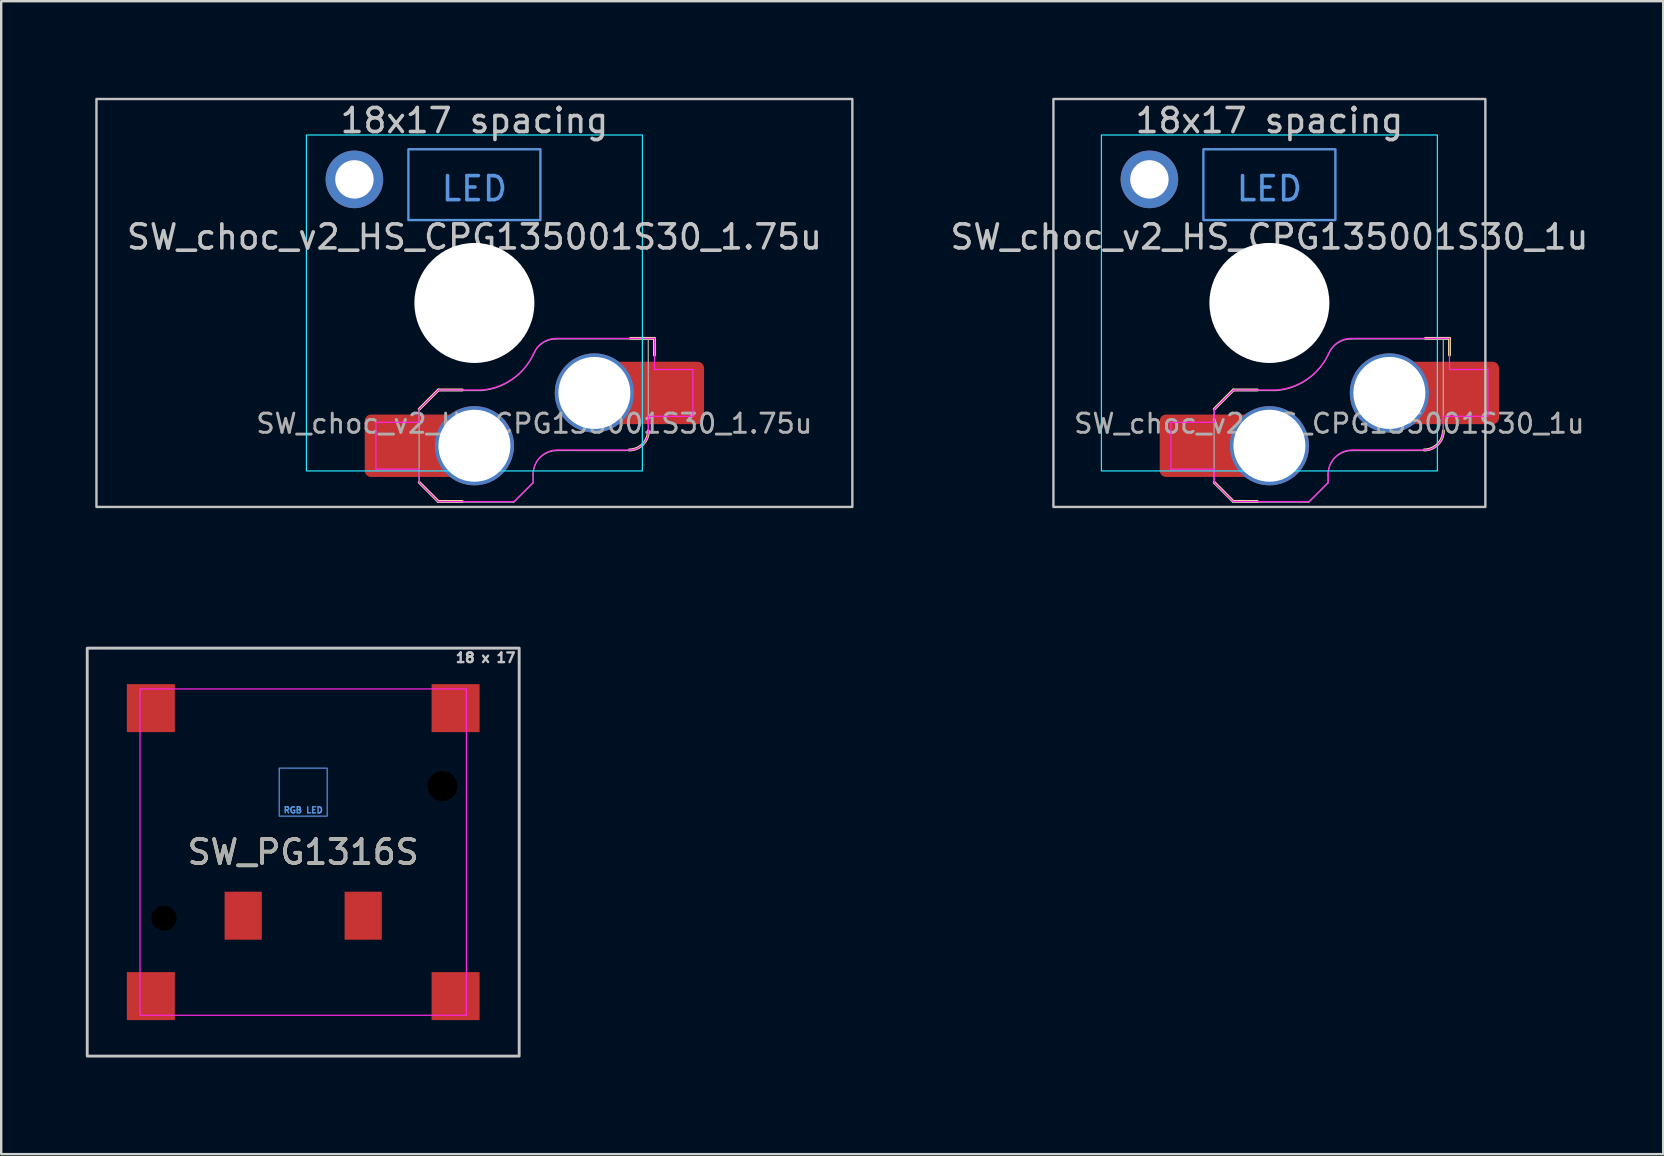
<source format=kicad_pcb>
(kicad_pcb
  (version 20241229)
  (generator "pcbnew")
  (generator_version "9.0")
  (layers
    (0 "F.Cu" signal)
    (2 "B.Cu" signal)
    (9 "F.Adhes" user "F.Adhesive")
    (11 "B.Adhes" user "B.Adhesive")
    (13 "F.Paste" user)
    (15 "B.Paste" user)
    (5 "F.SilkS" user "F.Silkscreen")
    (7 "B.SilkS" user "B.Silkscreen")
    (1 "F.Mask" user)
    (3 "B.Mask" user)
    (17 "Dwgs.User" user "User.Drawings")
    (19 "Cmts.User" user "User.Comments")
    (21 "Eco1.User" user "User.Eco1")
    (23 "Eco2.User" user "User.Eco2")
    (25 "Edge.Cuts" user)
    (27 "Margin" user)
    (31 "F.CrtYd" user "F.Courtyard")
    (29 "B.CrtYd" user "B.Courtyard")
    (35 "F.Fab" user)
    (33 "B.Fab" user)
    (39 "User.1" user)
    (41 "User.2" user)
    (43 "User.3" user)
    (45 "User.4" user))
  (footprint "SW_choc_v2_HS_CPG135001S30_1.75u"
    (layer "F.Cu")
    (at 16.719 9.575)
    (property "Reference" "SW_choc_v2_HS_CPG135001S30_1.75u" (at 0 -2.75 180) (layer "Dwgs.User") (effects (font (size 1 1) (thickness 0.15))))
    (attr smd)
    (fp_line (start -2.3 7.475) (end -1.5 8.275) (stroke (width 0.12) (type solid)) (layer "F.SilkS"))
    (fp_line (start -1.5 3.625) (end -2.3 4.425) (stroke (width 0.12) (type solid)) (layer "F.SilkS"))
    (fp_line (start -1.5 3.625) (end -0.5 3.625) (stroke (width 0.12) (type solid)) (layer "F.SilkS"))
    (fp_line (start -1.5 8.275) (end -0.5 8.275) (stroke (width 0.12) (type solid)) (layer "F.SilkS"))
    (fp_line (start 7.504 1.475) (end 6.504 1.475) (stroke (width 0.12) (type solid)) (layer "F.SilkS"))
    (fp_line (start 7.504 1.475) (end 7.504 2.175) (stroke (width 0.12) (type solid)) (layer "F.SilkS"))
    (fp_arc (start 7.25 5.325) (mid 7.015685 5.890685) (end 6.45 6.125) (stroke (width 0.12) (type solid)) (layer "F.SilkS"))
    (fp_rect (start -15.75 -8.5) (end 15.75 8.5) (stroke (width 0.1) (type default)) (fill no) (layer "Dwgs.User"))
    (fp_rect (start -2.75 -6.405) (end 2.75 -3.455) (stroke (width 0.1) (type default)) (fill no) (layer "Cmts.User"))
    (fp_rect (start -16.669 -9.525) (end 16.669 9.525) (stroke (width 0.1) (type default)) (fill no) (layer "Eco1.User"))
    (fp_line (start -6.95 6.45) (end -6.95 -6.45) (stroke (width 0.05) (type solid)) (layer "Eco2.User"))
    (fp_line (start -6.45 -6.95) (end 6.45 -6.95) (stroke (width 0.05) (type solid)) (layer "Eco2.User"))
    (fp_line (start 6.45 6.95) (end -6.45 6.95) (stroke (width 0.05) (type solid)) (layer "Eco2.User"))
    (fp_line (start 6.95 -6.45) (end 6.95 6.45) (stroke (width 0.05) (type solid)) (layer "Eco2.User"))
    (fp_arc (start -6.95 -6.45) (mid -6.803553 -6.803553) (end -6.45 -6.95) (stroke (width 0.05) (type solid)) (layer "Eco2.User"))
    (fp_arc (start -6.45 6.95) (mid -6.803553 6.803553) (end -6.95 6.45) (stroke (width 0.05) (type solid)) (layer "Eco2.User"))
    (fp_arc (start 6.45 -6.95) (mid 6.803553 -6.803553) (end 6.95 -6.45) (stroke (width 0.05) (type solid)) (layer "Eco2.User"))
    (fp_arc (start 6.95 6.45) (mid 6.803553 6.803553) (end 6.45 6.95) (stroke (width 0.05) (type solid)) (layer "Eco2.User"))
    (fp_arc (start 6.95 6.45) (mid 6.803553 6.803553) (end 6.45 6.95) (stroke (width 0.05) (type solid)) (layer "Eco2.User"))
    (fp_rect (start -7 -7) (end 7 7) (stroke (width 0.05) (type default)) (fill no) (layer "B.CrtYd"))
    (fp_line (start -4.104 4.975) (end -4.104 6.925) (stroke (width 0.05) (type solid)) (layer "F.CrtYd"))
    (fp_line (start -4.104 4.975) (end -2.3 4.975) (stroke (width 0.05) (type solid)) (layer "F.CrtYd"))
    (fp_line (start -4.104 6.925) (end -2.3 6.925) (stroke (width 0.05) (type solid)) (layer "F.CrtYd"))
    (fp_line (start -2.3 4.975) (end -2.3 4.425) (stroke (width 0.05) (type solid)) (layer "F.CrtYd"))
    (fp_line (start -2.3 7.475) (end -2.3 6.925) (stroke (width 0.05) (type solid)) (layer "F.CrtYd"))
    (fp_line (start -2.3 7.475) (end -1.5 8.275) (stroke (width 0.05) (type solid)) (layer "F.CrtYd"))
    (fp_line (start -1.5 3.625) (end -2.3 4.425) (stroke (width 0.05) (type solid)) (layer "F.CrtYd"))
    (fp_line (start -1.5 3.625) (end 0.3 3.625) (stroke (width 0.05) (type solid)) (layer "F.CrtYd"))
    (fp_line (start -1.5 8.275) (end 1.65 8.275) (stroke (width 0.05) (type solid)) (layer "F.CrtYd"))
    (fp_line (start 2.45 7.475) (end 1.65 8.275) (stroke (width 0.05) (type solid)) (layer "F.CrtYd"))
    (fp_line (start 2.45 7.475) (end 2.45 7.125) (stroke (width 0.05) (type solid)) (layer "F.CrtYd"))
    (fp_line (start 3.45 6.125) (end 6.45 6.125) (stroke (width 0.05) (type solid)) (layer "F.CrtYd"))
    (fp_line (start 7.25 4.725) (end 9.104 4.725) (stroke (width 0.05) (type solid)) (layer "F.CrtYd"))
    (fp_line (start 7.25 5.325) (end 7.25 4.725) (stroke (width 0.05) (type solid)) (layer "F.CrtYd"))
    (fp_line (start 7.504 1.475) (end 3.4 1.475) (stroke (width 0.05) (type solid)) (layer "F.CrtYd"))
    (fp_line (start 7.504 1.475) (end 7.504 2.175) (stroke (width 0.05) (type solid)) (layer "F.CrtYd"))
    (fp_line (start 7.504 2.175) (end 7.504 2.775) (stroke (width 0.05) (type solid)) (layer "F.CrtYd"))
    (fp_line (start 9.104 2.775) (end 7.504 2.775) (stroke (width 0.05) (type solid)) (layer "F.CrtYd"))
    (fp_line (start 9.104 4.725) (end 9.104 2.775) (stroke (width 0.05) (type solid)) (layer "F.CrtYd"))
    (fp_arc (start 2.45 7.125) (mid 2.742893 6.417893) (end 3.45 6.125) (stroke (width 0.05) (type solid)) (layer "F.CrtYd"))
    (fp_arc (start 2.455444 2.13293) (mid 1.577272 3.167235) (end 0.299999 3.624999) (stroke (width 0.05) (type solid)) (layer "F.CrtYd"))
    (fp_arc (start 2.460307 2.13298) (mid 2.826423 1.655848) (end 3.4 1.475) (stroke (width 0.05) (type solid)) (layer "F.CrtYd"))
    (fp_arc (start 7.25 5.325) (mid 7.015685 5.890685) (end 6.45 6.125) (stroke (width 0.05) (type solid)) (layer "F.CrtYd"))
    (fp_line (start -2.304 7.5) (end -2.304 4.45) (stroke (width 0.05) (type solid)) (layer "F.Fab"))
    (fp_line (start -2.304 7.5) (end -1.504 8.3) (stroke (width 0.05) (type solid)) (layer "F.Fab"))
    (fp_line (start -1.504 3.65) (end -2.304 4.45) (stroke (width 0.05) (type solid)) (layer "F.Fab"))
    (fp_line (start -1.504 3.65) (end 0.296 3.65) (stroke (width 0.05) (type solid)) (layer "F.Fab"))
    (fp_line (start -1.504 8.3) (end 1.646 8.3) (stroke (width 0.05) (type solid)) (layer "F.Fab"))
    (fp_line (start 2.446 7.5) (end 1.646 8.3) (stroke (width 0.05) (type solid)) (layer "F.Fab"))
    (fp_line (start 2.446 7.5) (end 2.446 7.15) (stroke (width 0.05) (type solid)) (layer "F.Fab"))
    (fp_line (start 3.446 6.15) (end 6.446 6.15) (stroke (width 0.05) (type solid)) (layer "F.Fab"))
    (fp_line (start 7.246 1.5) (end 3.396 1.5) (stroke (width 0.05) (type solid)) (layer "F.Fab"))
    (fp_line (start 7.246 5.35) (end 7.246 1.5) (stroke (width 0.05) (type solid)) (layer "F.Fab"))
    (fp_arc (start 2.446 7.15) (mid 2.738893 6.442893) (end 3.446 6.15) (stroke (width 0.05) (type solid)) (layer "F.Fab"))
    (fp_arc (start 2.451444 2.15793) (mid 1.573272 3.192235) (end 0.295999 3.649999) (stroke (width 0.05) (type solid)) (layer "F.Fab"))
    (fp_arc (start 2.456307 2.15798) (mid 2.822423 1.680848) (end 3.396 1.5) (stroke (width 0.05) (type solid)) (layer "F.Fab"))
    (fp_arc (start 7.246 5.35) (mid 7.011685 5.915685) (end 6.446 6.15) (stroke (width 0.05) (type solid)) (layer "F.Fab"))
    (fp_text user "18x17 spacing" (at 0 -7.6 0) (layer "Dwgs.User") (effects (font (size 1 1) (thickness 0.15))))
    (fp_text user "LED" (at 0 -4.763 0) (unlocked yes) (layer "Cmts.User") (effects (font (size 1 1) (thickness 0.15))))
    (fp_text user "19.05 spacing" (at 0 -8.7 0) (layer "Eco1.User") (effects (font (size 1 1) (thickness 0.15))))
    (fp_text user "${REFERENCE}" (at 2.496 5.025 0) (layer "F.Fab") (effects (font (size 0.8 0.8) (thickness 0.12))))
    (pad "" np_thru_hole circle (at 0 0 180) (size 5 5) (drill 5) (layers "*.Cu" "*.Mask"))
    (pad "1" thru_hole circle (at 5 3.75) (size 3.3 3.3) (drill 3) (property pad_prop_mechanical) (layers "*.Cu" "F.Mask"))
    (pad "1" smd rect (at 6.55 3.75) (size 1.2 2.6) (layers "F.Cu"))
    (pad "1" smd roundrect (at 8.245 3.75) (size 2.65 2.6) (layers "F.Cu" "F.Mask" "F.Paste") (roundrect_rratio 0.1))
    (pad "2" smd roundrect (at -3.245 5.95) (size 2.65 2.6) (layers "F.Cu" "F.Mask" "F.Paste") (roundrect_rratio 0.1))
    (pad "2" smd rect (at -1.55 5.95 180) (size 1.2 2.6) (layers "F.Cu"))
    (pad "2" thru_hole circle (at 0 5.95) (size 3.3 3.3) (drill 3) (property pad_prop_mechanical) (layers "*.Cu" "F.Mask"))
    (pad "MP" thru_hole circle (at -5 -5.15 180) (size 2.4 2.4) (drill 1.6) (layers "*.Cu" "F.Mask")))
  (footprint "SW_PG1316S"
    (layer "F.Cu")
    (at 9.585 32.459)
    (property "Reference" "SW_PG1316S" (at 0 0 0) (unlocked yes) (layer "F.SilkS") (effects (font (size 1 1) (thickness 0.15))))
    (attr smd)
    (fp_rect (start -9 -8.5) (end 9 8.5) (stroke (width 0.12) (type solid)) (fill no) (layer "Dwgs.User"))
    (fp_rect (start -1 -3.5) (end 1 -1.5) (stroke (width 0.05) (type default)) (fill no) (layer "Cmts.User"))
    (fp_rect (start -9.525 -9.525) (end 9.525 9.525) (stroke (width 0.12) (type solid)) (fill no) (layer "Eco1.User"))
    (fp_rect (start -6.8 -6.8) (end 6.8 6.8) (stroke (width 0.05) (type default)) (fill no) (layer "F.CrtYd"))
    (fp_text user "18 x 17" (at 7.6 -8.1 0) (unlocked yes) (layer "Dwgs.User") (effects (font (size 0.4 0.4) (thickness 0.1))))
    (fp_text user "RGB LED" (at 0 -1.75 0) (unlocked yes) (layer "Cmts.User") (effects (font (size 0.25 0.25) (thickness 0.06))))
    (fp_text user "19.05 x 19.05" (at 7.2 -9.9 0) (unlocked yes) (layer "Eco1.User") (effects (font (size 0.4 0.4) (thickness 0.1))))
    (fp_text user "${REFERENCE}" (at 0 0 0) (layer "F.Fab") (effects (font (size 1 1) (thickness 0.15))))
    (pad "" np_thru_hole circle (at -5.8 2.75) (size 1.05 1.05) (drill 1.05) (layers "*.Mask"))
    (pad "" np_thru_hole circle (at 5.8 -2.75) (size 1.25 1.25) (drill 1.25) (layers "*.Mask"))
    (pad "1" smd rect (at -2.5 2.65) (size 1.55 2) (layers "F.Cu" "F.Mask" "F.Paste"))
    (pad "2" smd rect (at 2.5 2.65) (size 1.55 2) (layers "F.Cu" "F.Mask" "F.Paste"))
    (pad "MP" smd rect (at -6.35 -6) (size 2 2) (layers "F.Cu" "F.Mask" "F.Paste"))
    (pad "MP" smd rect (at -6.35 6) (size 2 2) (layers "F.Cu" "F.Mask" "F.Paste"))
    (pad "MP" smd rect (at 6.35 -6) (size 2 2) (layers "F.Cu" "F.Mask" "F.Paste"))
    (pad "MP" smd rect (at 6.35 6) (size 2 2) (layers "F.Cu" "F.Mask" "F.Paste")))
  (footprint "SW_choc_v2_HS_CPG135001S30_1u"
    (layer "F.Cu")
    (at 49.848 9.575)
    (property "Reference" "SW_choc_v2_HS_CPG135001S30_1u" (at 0 -2.75 180) (layer "Dwgs.User") (effects (font (size 1 1) (thickness 0.15))))
    (attr smd)
    (fp_line (start -2.3 7.475) (end -1.5 8.275) (stroke (width 0.12) (type solid)) (layer "F.SilkS"))
    (fp_line (start -1.5 3.625) (end -2.3 4.425) (stroke (width 0.12) (type solid)) (layer "F.SilkS"))
    (fp_line (start -1.5 3.625) (end -0.5 3.625) (stroke (width 0.12) (type solid)) (layer "F.SilkS"))
    (fp_line (start -1.5 8.275) (end -0.5 8.275) (stroke (width 0.12) (type solid)) (layer "F.SilkS"))
    (fp_line (start 7.504 1.475) (end 6.504 1.475) (stroke (width 0.12) (type solid)) (layer "F.SilkS"))
    (fp_line (start 7.504 1.475) (end 7.504 2.175) (stroke (width 0.12) (type solid)) (layer "F.SilkS"))
    (fp_arc (start 7.25 5.325) (mid 7.015685 5.890685) (end 6.45 6.125) (stroke (width 0.12) (type solid)) (layer "F.SilkS"))
    (fp_rect (start -9 -8.5) (end 9 8.5) (stroke (width 0.1) (type default)) (fill no) (layer "Dwgs.User"))
    (fp_rect (start -2.75 -6.405) (end 2.75 -3.455) (stroke (width 0.1) (type default)) (fill no) (layer "Cmts.User"))
    (fp_rect (start -9.525 -9.525) (end 9.525 9.525) (stroke (width 0.1) (type default)) (fill no) (layer "Eco1.User"))
    (fp_line (start -6.95 6.45) (end -6.95 -6.45) (stroke (width 0.05) (type solid)) (layer "Eco2.User"))
    (fp_line (start -6.45 -6.95) (end 6.45 -6.95) (stroke (width 0.05) (type solid)) (layer "Eco2.User"))
    (fp_line (start 6.45 6.95) (end -6.45 6.95) (stroke (width 0.05) (type solid)) (layer "Eco2.User"))
    (fp_line (start 6.95 -6.45) (end 6.95 6.45) (stroke (width 0.05) (type solid)) (layer "Eco2.User"))
    (fp_arc (start -6.95 -6.45) (mid -6.803553 -6.803553) (end -6.45 -6.95) (stroke (width 0.05) (type solid)) (layer "Eco2.User"))
    (fp_arc (start -6.45 6.95) (mid -6.803553 6.803553) (end -6.95 6.45) (stroke (width 0.05) (type solid)) (layer "Eco2.User"))
    (fp_arc (start 6.45 -6.95) (mid 6.803553 -6.803553) (end 6.95 -6.45) (stroke (width 0.05) (type solid)) (layer "Eco2.User"))
    (fp_arc (start 6.95 6.45) (mid 6.803553 6.803553) (end 6.45 6.95) (stroke (width 0.05) (type solid)) (layer "Eco2.User"))
    (fp_arc (start 6.95 6.45) (mid 6.803553 6.803553) (end 6.45 6.95) (stroke (width 0.05) (type solid)) (layer "Eco2.User"))
    (fp_rect (start -7 -7) (end 7 7) (stroke (width 0.05) (type default)) (fill no) (layer "B.CrtYd"))
    (fp_line (start -4.104 4.975) (end -4.104 6.925) (stroke (width 0.05) (type solid)) (layer "F.CrtYd"))
    (fp_line (start -4.104 4.975) (end -2.3 4.975) (stroke (width 0.05) (type solid)) (layer "F.CrtYd"))
    (fp_line (start -4.104 6.925) (end -2.3 6.925) (stroke (width 0.05) (type solid)) (layer "F.CrtYd"))
    (fp_line (start -2.3 4.975) (end -2.3 4.425) (stroke (width 0.05) (type solid)) (layer "F.CrtYd"))
    (fp_line (start -2.3 7.475) (end -2.3 6.925) (stroke (width 0.05) (type solid)) (layer "F.CrtYd"))
    (fp_line (start -2.3 7.475) (end -1.5 8.275) (stroke (width 0.05) (type solid)) (layer "F.CrtYd"))
    (fp_line (start -1.5 3.625) (end -2.3 4.425) (stroke (width 0.05) (type solid)) (layer "F.CrtYd"))
    (fp_line (start -1.5 3.625) (end 0.3 3.625) (stroke (width 0.05) (type solid)) (layer "F.CrtYd"))
    (fp_line (start -1.5 8.275) (end 1.65 8.275) (stroke (width 0.05) (type solid)) (layer "F.CrtYd"))
    (fp_line (start 2.45 7.475) (end 1.65 8.275) (stroke (width 0.05) (type solid)) (layer "F.CrtYd"))
    (fp_line (start 2.45 7.475) (end 2.45 7.125) (stroke (width 0.05) (type solid)) (layer "F.CrtYd"))
    (fp_line (start 3.45 6.125) (end 6.45 6.125) (stroke (width 0.05) (type solid)) (layer "F.CrtYd"))
    (fp_line (start 7.25 4.725) (end 9.104 4.725) (stroke (width 0.05) (type solid)) (layer "F.CrtYd"))
    (fp_line (start 7.25 5.325) (end 7.25 4.725) (stroke (width 0.05) (type solid)) (layer "F.CrtYd"))
    (fp_line (start 7.504 1.475) (end 3.4 1.475) (stroke (width 0.05) (type solid)) (layer "F.CrtYd"))
    (fp_line (start 7.504 1.475) (end 7.504 2.175) (stroke (width 0.05) (type solid)) (layer "F.CrtYd"))
    (fp_line (start 7.504 2.175) (end 7.504 2.775) (stroke (width 0.05) (type solid)) (layer "F.CrtYd"))
    (fp_line (start 9.104 2.775) (end 7.504 2.775) (stroke (width 0.05) (type solid)) (layer "F.CrtYd"))
    (fp_line (start 9.104 4.725) (end 9.104 2.775) (stroke (width 0.05) (type solid)) (layer "F.CrtYd"))
    (fp_arc (start 2.45 7.125) (mid 2.742893 6.417893) (end 3.45 6.125) (stroke (width 0.05) (type solid)) (layer "F.CrtYd"))
    (fp_arc (start 2.455444 2.13293) (mid 1.577272 3.167235) (end 0.299999 3.624999) (stroke (width 0.05) (type solid)) (layer "F.CrtYd"))
    (fp_arc (start 2.460307 2.13298) (mid 2.826423 1.655848) (end 3.4 1.475) (stroke (width 0.05) (type solid)) (layer "F.CrtYd"))
    (fp_arc (start 7.25 5.325) (mid 7.015685 5.890685) (end 6.45 6.125) (stroke (width 0.05) (type solid)) (layer "F.CrtYd"))
    (fp_line (start -2.304 7.5) (end -2.304 4.45) (stroke (width 0.05) (type solid)) (layer "F.Fab"))
    (fp_line (start -2.304 7.5) (end -1.504 8.3) (stroke (width 0.05) (type solid)) (layer "F.Fab"))
    (fp_line (start -1.504 3.65) (end -2.304 4.45) (stroke (width 0.05) (type solid)) (layer "F.Fab"))
    (fp_line (start -1.504 3.65) (end 0.296 3.65) (stroke (width 0.05) (type solid)) (layer "F.Fab"))
    (fp_line (start -1.504 8.3) (end 1.646 8.3) (stroke (width 0.05) (type solid)) (layer "F.Fab"))
    (fp_line (start 2.446 7.5) (end 1.646 8.3) (stroke (width 0.05) (type solid)) (layer "F.Fab"))
    (fp_line (start 2.446 7.5) (end 2.446 7.15) (stroke (width 0.05) (type solid)) (layer "F.Fab"))
    (fp_line (start 3.446 6.15) (end 6.446 6.15) (stroke (width 0.05) (type solid)) (layer "F.Fab"))
    (fp_line (start 7.246 1.5) (end 3.396 1.5) (stroke (width 0.05) (type solid)) (layer "F.Fab"))
    (fp_line (start 7.246 5.35) (end 7.246 1.5) (stroke (width 0.05) (type solid)) (layer "F.Fab"))
    (fp_arc (start 2.446 7.15) (mid 2.738893 6.442893) (end 3.446 6.15) (stroke (width 0.05) (type solid)) (layer "F.Fab"))
    (fp_arc (start 2.451444 2.15793) (mid 1.573272 3.192235) (end 0.295999 3.649999) (stroke (width 0.05) (type solid)) (layer "F.Fab"))
    (fp_arc (start 2.456307 2.15798) (mid 2.822423 1.680848) (end 3.396 1.5) (stroke (width 0.05) (type solid)) (layer "F.Fab"))
    (fp_arc (start 7.246 5.35) (mid 7.011685 5.915685) (end 6.446 6.15) (stroke (width 0.05) (type solid)) (layer "F.Fab"))
    (fp_text user "18x17 spacing" (at 0 -7.6 180) (layer "Dwgs.User") (effects (font (size 1 1) (thickness 0.15))))
    (fp_text user "LED" (at 0 -4.763 0) (unlocked yes) (layer "Cmts.User") (effects (font (size 1 1) (thickness 0.15))))
    (fp_text user "19.05 spacing" (at 0 -8.7 180) (layer "Eco1.User") (effects (font (size 1 1) (thickness 0.15))))
    (fp_text user "${REFERENCE}" (at 2.496 5.025 0) (layer "F.Fab") (effects (font (size 0.8 0.8) (thickness 0.12))))
    (pad "" np_thru_hole circle (at 0 0 180) (size 5 5) (drill 5) (layers "*.Cu" "*.Mask"))
    (pad "1" thru_hole circle (at 5 3.75) (size 3.3 3.3) (drill 3) (property pad_prop_mechanical) (layers "*.Cu" "F.Mask"))
    (pad "1" smd rect (at 6.55 3.75) (size 1.2 2.6) (layers "F.Cu"))
    (pad "1" smd roundrect (at 8.245 3.75) (size 2.65 2.6) (layers "F.Cu" "F.Mask" "F.Paste") (roundrect_rratio 0.1))
    (pad "2" smd roundrect (at -3.245 5.95) (size 2.65 2.6) (layers "F.Cu" "F.Mask" "F.Paste") (roundrect_rratio 0.1))
    (pad "2" smd rect (at -1.55 5.95 180) (size 1.2 2.6) (layers "F.Cu"))
    (pad "2" thru_hole circle (at 0 5.95) (size 3.3 3.3) (drill 3) (property pad_prop_mechanical) (layers "*.Cu" "F.Mask"))
    (pad "MP" thru_hole circle (at -5 -5.15 180) (size 2.4 2.4) (drill 1.6) (layers "*.Cu" "F.Mask")))
  (gr_rect
    (start -3 -3)
    (end 66.259 45.044)
    (stroke (width 0.1) (type default))
    (fill no)
    (layer "Edge.Cuts")))
</source>
